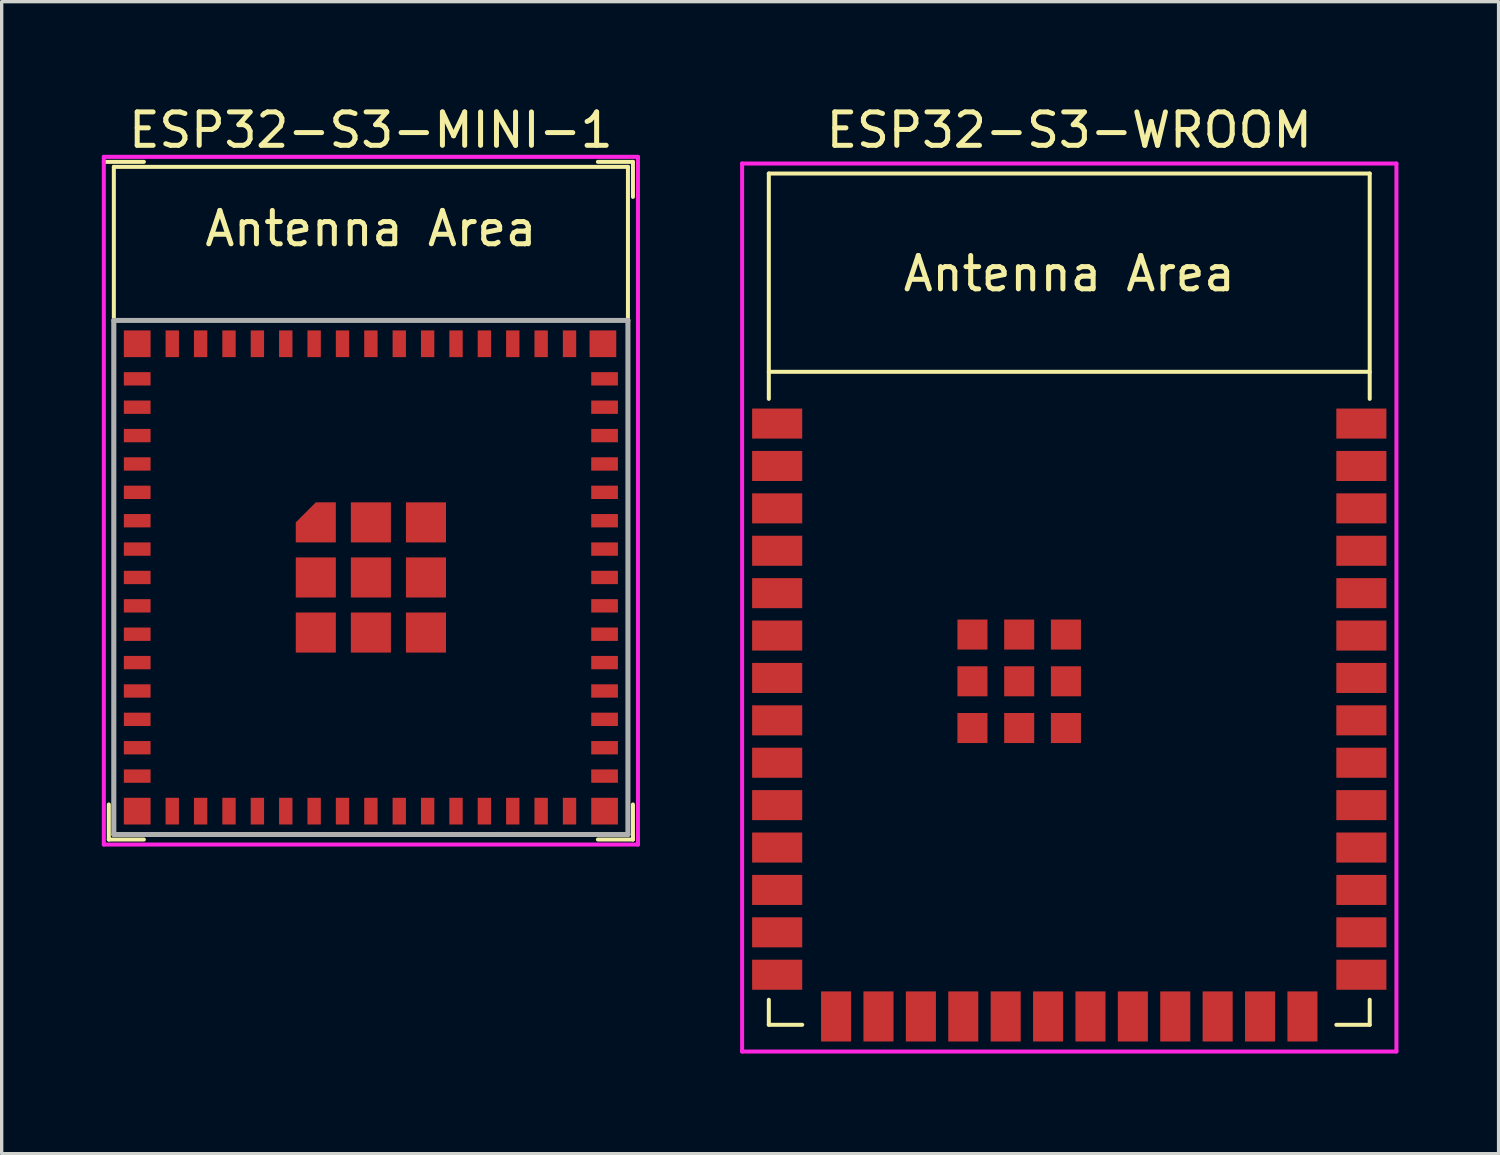
<source format=kicad_pcb>
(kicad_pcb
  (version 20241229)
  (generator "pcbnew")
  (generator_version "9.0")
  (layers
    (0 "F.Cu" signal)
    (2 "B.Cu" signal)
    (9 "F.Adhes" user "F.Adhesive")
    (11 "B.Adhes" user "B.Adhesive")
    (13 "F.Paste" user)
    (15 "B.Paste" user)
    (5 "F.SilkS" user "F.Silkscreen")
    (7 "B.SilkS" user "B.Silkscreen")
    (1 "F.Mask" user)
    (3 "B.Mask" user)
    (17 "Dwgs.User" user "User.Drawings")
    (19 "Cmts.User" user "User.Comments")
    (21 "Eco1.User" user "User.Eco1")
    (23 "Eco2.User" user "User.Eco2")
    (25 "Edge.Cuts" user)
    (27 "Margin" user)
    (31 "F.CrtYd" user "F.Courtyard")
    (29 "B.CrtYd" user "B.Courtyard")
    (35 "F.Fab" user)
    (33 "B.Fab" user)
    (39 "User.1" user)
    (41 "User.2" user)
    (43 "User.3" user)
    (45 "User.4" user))
  (footprint "ESP32-S3-WROOM"
    (layer "F.Cu")
    (at 28.98 17.898)
    (property "Reference" "ESP32-S3-WROOM" (at 0 -17.05 0) (layer "F.SilkS") (effects (font (size 1 1) (thickness 0.15))))
    (attr smd)
    (fp_line (start -9 -15.75) (end -9 -9) (stroke (width 0.12) (type solid)) (layer "F.SilkS"))
    (fp_line (start -9 -15.75) (end 9 -15.75) (stroke (width 0.12) (type solid)) (layer "F.SilkS"))
    (fp_line (start -9 9) (end -9 9.75) (stroke (width 0.12) (type solid)) (layer "F.SilkS"))
    (fp_line (start -9 9.75) (end -8 9.75) (stroke (width 0.12) (type solid)) (layer "F.SilkS"))
    (fp_line (start 9 -15.75) (end 9 -9) (stroke (width 0.12) (type solid)) (layer "F.SilkS"))
    (fp_line (start 9 -9.81) (end -9 -9.81) (stroke (width 0.12) (type solid)) (layer "F.SilkS"))
    (fp_line (start 9 9) (end 9 9.75) (stroke (width 0.12) (type solid)) (layer "F.SilkS"))
    (fp_line (start 9 9.75) (end 8 9.75) (stroke (width 0.12) (type solid)) (layer "F.SilkS"))
    (fp_line (start -9 -15.75) (end 9 -15.75) (stroke (width 0.12) (type solid)) (layer "Eco2.User"))
    (fp_line (start -9 -9.81) (end 9 -9.81) (stroke (width 0.12) (type solid)) (layer "Eco2.User"))
    (fp_line (start -9 9.75) (end -9 -15.75) (stroke (width 0.12) (type solid)) (layer "Eco2.User"))
    (fp_line (start 9 -15.75) (end 9 9.75) (stroke (width 0.12) (type solid)) (layer "Eco2.User"))
    (fp_line (start 9 9.75) (end -9 9.75) (stroke (width 0.12) (type solid)) (layer "Eco2.User"))
    (fp_line (start -9.8 -16.05) (end -9.8 10.55) (stroke (width 0.12) (type solid)) (layer "F.CrtYd"))
    (fp_line (start -9.8 10.55) (end 9.8 10.55) (stroke (width 0.12) (type solid)) (layer "F.CrtYd"))
    (fp_line (start 9.8 -16.05) (end -9.8 -16.05) (stroke (width 0.12) (type solid)) (layer "F.CrtYd"))
    (fp_line (start 9.8 -16.05) (end 9.8 10.55) (stroke (width 0.12) (type solid)) (layer "F.CrtYd"))
    (fp_text user "Antenna Area" (at 0 -12.75 0) (layer "F.SilkS") (effects (font (size 1 1) (thickness 0.15))))
    (fp_text user "Antenna Area" (at 0 -12.75 0) (layer "Eco2.User") (effects (font (size 1 1) (thickness 0.15))))
    (pad "1" smd rect (at -8.75 -8.26) (size 1.5 0.9) (layers "F.Cu" "F.Mask" "F.Paste"))
    (pad "2" smd rect (at -8.75 -6.99) (size 1.5 0.9) (layers "F.Cu" "F.Mask" "F.Paste"))
    (pad "3" smd rect (at -8.75 -5.72) (size 1.5 0.9) (layers "F.Cu" "F.Mask" "F.Paste"))
    (pad "4" smd rect (at -8.75 -4.45) (size 1.5 0.9) (layers "F.Cu" "F.Mask" "F.Paste"))
    (pad "5" smd rect (at -8.75 -3.18) (size 1.5 0.9) (layers "F.Cu" "F.Mask" "F.Paste"))
    (pad "6" smd rect (at -8.75 -1.91) (size 1.5 0.9) (layers "F.Cu" "F.Mask" "F.Paste"))
    (pad "7" smd rect (at -8.75 -0.64) (size 1.5 0.9) (layers "F.Cu" "F.Mask" "F.Paste"))
    (pad "8" smd rect (at -8.75 0.63) (size 1.5 0.9) (layers "F.Cu" "F.Mask" "F.Paste"))
    (pad "9" smd rect (at -8.75 1.9) (size 1.5 0.9) (layers "F.Cu" "F.Mask" "F.Paste"))
    (pad "10" smd rect (at -8.75 3.17) (size 1.5 0.9) (layers "F.Cu" "F.Mask" "F.Paste"))
    (pad "11" smd rect (at -8.75 4.44) (size 1.5 0.9) (layers "F.Cu" "F.Mask" "F.Paste"))
    (pad "12" smd rect (at -8.75 5.71) (size 1.5 0.9) (layers "F.Cu" "F.Mask" "F.Paste"))
    (pad "13" smd rect (at -8.75 6.98) (size 1.5 0.9) (layers "F.Cu" "F.Mask" "F.Paste"))
    (pad "14" smd rect (at -8.75 8.25) (size 1.5 0.9) (layers "F.Cu" "F.Mask" "F.Paste"))
    (pad "15" smd rect (at -6.985 9.5 90) (size 1.5 0.9) (layers "F.Cu" "F.Mask" "F.Paste"))
    (pad "16" smd rect (at -5.715 9.5 90) (size 1.5 0.9) (layers "F.Cu" "F.Mask" "F.Paste"))
    (pad "17" smd rect (at -4.445 9.5 90) (size 1.5 0.9) (layers "F.Cu" "F.Mask" "F.Paste"))
    (pad "18" smd rect (at -3.175 9.5 90) (size 1.5 0.9) (layers "F.Cu" "F.Mask" "F.Paste"))
    (pad "19" smd rect (at -1.905 9.5 90) (size 1.5 0.9) (layers "F.Cu" "F.Mask" "F.Paste"))
    (pad "20" smd rect (at -0.635 9.5 90) (size 1.5 0.9) (layers "F.Cu" "F.Mask" "F.Paste"))
    (pad "21" smd rect (at 0.635 9.5 90) (size 1.5 0.9) (layers "F.Cu" "F.Mask" "F.Paste"))
    (pad "22" smd rect (at 1.905 9.5 90) (size 1.5 0.9) (layers "F.Cu" "F.Mask" "F.Paste"))
    (pad "23" smd rect (at 3.175 9.5 90) (size 1.5 0.9) (layers "F.Cu" "F.Mask" "F.Paste"))
    (pad "24" smd rect (at 4.445 9.5 90) (size 1.5 0.9) (layers "F.Cu" "F.Mask" "F.Paste"))
    (pad "25" smd rect (at 5.715 9.5 90) (size 1.5 0.9) (layers "F.Cu" "F.Mask" "F.Paste"))
    (pad "26" smd rect (at 6.985 9.5 90) (size 1.5 0.9) (layers "F.Cu" "F.Mask" "F.Paste"))
    (pad "27" smd rect (at 8.75 8.25 180) (size 1.5 0.9) (layers "F.Cu" "F.Mask" "F.Paste"))
    (pad "28" smd rect (at 8.75 6.98 180) (size 1.5 0.9) (layers "F.Cu" "F.Mask" "F.Paste"))
    (pad "29" smd rect (at 8.75 5.71 180) (size 1.5 0.9) (layers "F.Cu" "F.Mask" "F.Paste"))
    (pad "30" smd rect (at 8.75 4.44 180) (size 1.5 0.9) (layers "F.Cu" "F.Mask" "F.Paste"))
    (pad "31" smd rect (at 8.75 3.17 180) (size 1.5 0.9) (layers "F.Cu" "F.Mask" "F.Paste"))
    (pad "32" smd rect (at 8.75 1.9 180) (size 1.5 0.9) (layers "F.Cu" "F.Mask" "F.Paste"))
    (pad "33" smd rect (at 8.75 0.63 180) (size 1.5 0.9) (layers "F.Cu" "F.Mask" "F.Paste"))
    (pad "34" smd rect (at 8.75 -0.64 180) (size 1.5 0.9) (layers "F.Cu" "F.Mask" "F.Paste"))
    (pad "35" smd rect (at 8.75 -1.91 180) (size 1.5 0.9) (layers "F.Cu" "F.Mask" "F.Paste"))
    (pad "36" smd rect (at 8.75 -3.18 180) (size 1.5 0.9) (layers "F.Cu" "F.Mask" "F.Paste"))
    (pad "37" smd rect (at 8.75 -4.45 180) (size 1.5 0.9) (layers "F.Cu" "F.Mask" "F.Paste"))
    (pad "38" smd rect (at 8.75 -5.72 180) (size 1.5 0.9) (layers "F.Cu" "F.Mask" "F.Paste"))
    (pad "39" smd rect (at 8.75 -6.99 180) (size 1.5 0.9) (layers "F.Cu" "F.Mask" "F.Paste"))
    (pad "40" smd rect (at 8.75 -8.26 180) (size 1.5 0.9) (layers "F.Cu" "F.Mask" "F.Paste"))
    (pad "41" smd rect (at -2.9 -1.94 180) (size 0.9 0.9) (layers "F.Cu" "F.Mask" "F.Paste"))
    (pad "41" smd rect (at -2.9 -0.54 180) (size 0.9 0.9) (layers "F.Cu" "F.Mask" "F.Paste"))
    (pad "41" smd rect (at -2.9 0.86 180) (size 0.9 0.9) (layers "F.Cu" "F.Mask" "F.Paste"))
    (pad "41" smd rect (at -1.5 -1.94 180) (size 0.9 0.9) (layers "F.Cu" "F.Mask" "F.Paste"))
    (pad "41" smd rect (at -1.5 -0.54 180) (size 0.9 0.9) (layers "F.Cu" "F.Mask" "F.Paste"))
    (pad "41" smd rect (at -1.5 0.86 180) (size 0.9 0.9) (layers "F.Cu" "F.Mask" "F.Paste"))
    (pad "41" smd rect (at -0.1 -1.94 180) (size 0.9 0.9) (layers "F.Cu" "F.Mask" "F.Paste"))
    (pad "41" smd rect (at -0.1 -0.54 180) (size 0.9 0.9) (layers "F.Cu" "F.Mask" "F.Paste"))
    (pad "41" smd rect (at -0.1 0.86 180) (size 0.9 0.9) (layers "F.Cu" "F.Mask" "F.Paste")))
  (footprint "ESP32-S3-MINI-1"
    (layer "F.Cu")
    (at 8.06 14.248)
    (property "Reference" "ESP32-S3-MINI-1" (at 0 -13.4 0) (layer "F.SilkS") (effects (font (size 1 1) (thickness 0.15))))
    (attr smd)
    (fp_line (start -7.85 7.85) (end -7.85 6.8) (stroke (width 0.12) (type solid)) (layer "F.SilkS"))
    (fp_line (start -7.7 -12.3) (end -7.7 -7.7) (stroke (width 0.12) (type solid)) (layer "F.SilkS"))
    (fp_line (start -7.7 -12.3) (end 7.7 -12.3) (stroke (width 0.12) (type solid)) (layer "F.SilkS"))
    (fp_line (start -7.7 7.7) (end -7.7 -7.7) (stroke (width 0.12) (type solid)) (layer "F.SilkS"))
    (fp_line (start -6.8 -12.45) (end -8 -12.45) (stroke (width 0.12) (type solid)) (layer "F.SilkS"))
    (fp_line (start -6.8 7.85) (end -7.85 7.85) (stroke (width 0.12) (type solid)) (layer "F.SilkS"))
    (fp_line (start 6.8 -12.45) (end 7.85 -12.45) (stroke (width 0.12) (type solid)) (layer "F.SilkS"))
    (fp_line (start 6.8 7.85) (end 7.85 7.85) (stroke (width 0.12) (type solid)) (layer "F.SilkS"))
    (fp_line (start 7.7 -12.3) (end 7.7 -7.7) (stroke (width 0.12) (type solid)) (layer "F.SilkS"))
    (fp_line (start 7.7 -7.7) (end 7.7 7.7) (stroke (width 0.12) (type solid)) (layer "F.SilkS"))
    (fp_line (start 7.7 7.7) (end -7.7 7.7) (stroke (width 0.12) (type solid)) (layer "F.SilkS"))
    (fp_line (start 7.85 -12.45) (end 7.85 -11.4) (stroke (width 0.12) (type solid)) (layer "F.SilkS"))
    (fp_line (start 7.85 7.85) (end 7.85 6.8) (stroke (width 0.12) (type solid)) (layer "F.SilkS"))
    (fp_line (start -8 -12.6) (end -8 8) (stroke (width 0.12) (type solid)) (layer "F.CrtYd"))
    (fp_line (start -8 8) (end 8 8) (stroke (width 0.12) (type solid)) (layer "F.CrtYd"))
    (fp_line (start 8 -12.6) (end -8 -12.6) (stroke (width 0.12) (type solid)) (layer "F.CrtYd"))
    (fp_line (start 8 8) (end 8 -12.6) (stroke (width 0.12) (type solid)) (layer "F.CrtYd"))
    (fp_line (start -7.7 -7.7) (end -7.7 7.7) (stroke (width 0.15) (type solid)) (layer "F.Fab"))
    (fp_line (start -7.7 7.7) (end 7.7 7.7) (stroke (width 0.15) (type solid)) (layer "F.Fab"))
    (fp_line (start 7.7 -7.7) (end -7.7 -7.7) (stroke (width 0.15) (type solid)) (layer "F.Fab"))
    (fp_line (start 7.7 7.7) (end 7.7 -7.7) (stroke (width 0.15) (type solid)) (layer "F.Fab"))
    (fp_text user "Antenna Area" (at 0 -10.45 0) (layer "F.SilkS") (effects (font (size 1 1) (thickness 0.15))))
    (pad "1" smd rect (at -7 -5.95 90) (size 0.4 0.8) (layers "F.Cu" "F.Mask" "F.Paste"))
    (pad "2" smd rect (at -7 -5.1 90) (size 0.4 0.8) (layers "F.Cu" "F.Mask" "F.Paste"))
    (pad "3" smd rect (at -7 -4.25 90) (size 0.4 0.8) (layers "F.Cu" "F.Mask" "F.Paste"))
    (pad "4" smd rect (at -7 -3.4 90) (size 0.4 0.8) (layers "F.Cu" "F.Mask" "F.Paste"))
    (pad "5" smd rect (at -7 -2.55 90) (size 0.4 0.8) (layers "F.Cu" "F.Mask" "F.Paste"))
    (pad "6" smd rect (at -7 -1.7 90) (size 0.4 0.8) (layers "F.Cu" "F.Mask" "F.Paste"))
    (pad "7" smd rect (at -7 -0.85 90) (size 0.4 0.8) (layers "F.Cu" "F.Mask" "F.Paste"))
    (pad "8" smd rect (at -7 0 90) (size 0.4 0.8) (layers "F.Cu" "F.Mask" "F.Paste"))
    (pad "9" smd rect (at -7 0.85 90) (size 0.4 0.8) (layers "F.Cu" "F.Mask" "F.Paste"))
    (pad "10" smd rect (at -7 1.7 90) (size 0.4 0.8) (layers "F.Cu" "F.Mask" "F.Paste"))
    (pad "11" smd rect (at -7 2.55 90) (size 0.4 0.8) (layers "F.Cu" "F.Mask" "F.Paste"))
    (pad "12" smd rect (at -7 3.4 90) (size 0.4 0.8) (layers "F.Cu" "F.Mask" "F.Paste"))
    (pad "13" smd rect (at -7 4.25 90) (size 0.4 0.8) (layers "F.Cu" "F.Mask" "F.Paste"))
    (pad "14" smd rect (at -7 5.1 90) (size 0.4 0.8) (layers "F.Cu" "F.Mask" "F.Paste"))
    (pad "15" smd rect (at -7 5.95 90) (size 0.4 0.8) (layers "F.Cu" "F.Mask" "F.Paste"))
    (pad "16" smd rect (at -5.95 7) (size 0.4 0.8) (layers "F.Cu" "F.Mask" "F.Paste"))
    (pad "17" smd rect (at -5.1 7) (size 0.4 0.8) (layers "F.Cu" "F.Mask" "F.Paste"))
    (pad "18" smd rect (at -4.25 7) (size 0.4 0.8) (layers "F.Cu" "F.Mask" "F.Paste"))
    (pad "19" smd rect (at -3.4 7) (size 0.4 0.8) (layers "F.Cu" "F.Mask" "F.Paste"))
    (pad "20" smd rect (at -2.55 7) (size 0.4 0.8) (layers "F.Cu" "F.Mask" "F.Paste"))
    (pad "21" smd rect (at -1.7 7) (size 0.4 0.8) (layers "F.Cu" "F.Mask" "F.Paste"))
    (pad "22" smd rect (at -0.85 7) (size 0.4 0.8) (layers "F.Cu" "F.Mask" "F.Paste"))
    (pad "23" smd rect (at 0 7) (size 0.4 0.8) (layers "F.Cu" "F.Mask" "F.Paste"))
    (pad "24" smd rect (at 0.85 7) (size 0.4 0.8) (layers "F.Cu" "F.Mask" "F.Paste"))
    (pad "25" smd rect (at 1.7 7) (size 0.4 0.8) (layers "F.Cu" "F.Mask" "F.Paste"))
    (pad "26" smd rect (at 2.55 7) (size 0.4 0.8) (layers "F.Cu" "F.Mask" "F.Paste"))
    (pad "27" smd rect (at 3.4 7) (size 0.4 0.8) (layers "F.Cu" "F.Mask" "F.Paste"))
    (pad "28" smd rect (at 4.25 7) (size 0.4 0.8) (layers "F.Cu" "F.Mask" "F.Paste"))
    (pad "29" smd rect (at 5.1 7) (size 0.4 0.8) (layers "F.Cu" "F.Mask" "F.Paste"))
    (pad "30" smd rect (at 5.95 7) (size 0.4 0.8) (layers "F.Cu" "F.Mask" "F.Paste"))
    (pad "31" smd rect (at 7 5.95 90) (size 0.4 0.8) (layers "F.Cu" "F.Mask" "F.Paste"))
    (pad "32" smd rect (at 7 5.1 90) (size 0.4 0.8) (layers "F.Cu" "F.Mask" "F.Paste"))
    (pad "33" smd rect (at 7 4.25 90) (size 0.4 0.8) (layers "F.Cu" "F.Mask" "F.Paste"))
    (pad "34" smd rect (at 7 3.4 90) (size 0.4 0.8) (layers "F.Cu" "F.Mask" "F.Paste"))
    (pad "35" smd rect (at 7 2.55 90) (size 0.4 0.8) (layers "F.Cu" "F.Mask" "F.Paste"))
    (pad "36" smd rect (at 7 1.7 90) (size 0.4 0.8) (layers "F.Cu" "F.Mask" "F.Paste"))
    (pad "37" smd rect (at 7 0.85 90) (size 0.4 0.8) (layers "F.Cu" "F.Mask" "F.Paste"))
    (pad "38" smd rect (at 7 0 90) (size 0.4 0.8) (layers "F.Cu" "F.Mask" "F.Paste"))
    (pad "39" smd rect (at 7 -0.85 90) (size 0.4 0.8) (layers "F.Cu" "F.Mask" "F.Paste"))
    (pad "40" smd rect (at 7 -1.7 90) (size 0.4 0.8) (layers "F.Cu" "F.Mask" "F.Paste"))
    (pad "41" smd rect (at 7 -2.55 90) (size 0.4 0.8) (layers "F.Cu" "F.Mask" "F.Paste"))
    (pad "42" smd rect (at 7 -3.4 90) (size 0.4 0.8) (layers "F.Cu" "F.Mask" "F.Paste"))
    (pad "43" smd rect (at 7 -4.25 90) (size 0.4 0.8) (layers "F.Cu" "F.Mask" "F.Paste"))
    (pad "44" smd rect (at 7 -5.1 90) (size 0.4 0.8) (layers "F.Cu" "F.Mask" "F.Paste"))
    (pad "45" smd rect (at 7 -5.95 90) (size 0.4 0.8) (layers "F.Cu" "F.Mask" "F.Paste"))
    (pad "46" smd rect (at -7 -7 180) (size 0.8 0.8) (layers "F.Cu" "F.Mask" "F.Paste"))
    (pad "46" smd rect (at -7 7 180) (size 0.8 0.8) (layers "F.Cu" "F.Mask" "F.Paste"))
    (pad "46" smd rect (at -5.95 -7) (size 0.4 0.8) (layers "F.Cu" "F.Mask" "F.Paste"))
    (pad "46" smd rect (at -5.1 -7) (size 0.4 0.8) (layers "F.Cu" "F.Mask" "F.Paste"))
    (pad "46" smd rect (at -4.25 -7) (size 0.4 0.8) (layers "F.Cu" "F.Mask" "F.Paste"))
    (pad "46" smd rect (at -3.4 -7) (size 0.4 0.8) (layers "F.Cu" "F.Mask" "F.Paste"))
    (pad "46" smd rect (at -2.55 -7) (size 0.4 0.8) (layers "F.Cu" "F.Mask" "F.Paste"))
    (pad "46" smd rect (at -1.7 -7) (size 0.4 0.8) (layers "F.Cu" "F.Mask" "F.Paste"))
    (pad "46" smd custom (at -1.65 -1.65) (size 0.6 0.6) (layers "F.Cu" "F.Mask" "F.Paste") (options (anchor rect)) (primitives (gr_poly (pts (xy -0.6 0.6) (xy 0.6 0.6) (xy 0.6 -0.6) (xy 0 -0.6) (xy -0.6 0)) (width 0) (fill yes))))
    (pad "46" smd rect (at -1.65 0) (size 1.2 1.2) (layers "F.Cu" "F.Mask" "F.Paste"))
    (pad "46" smd rect (at -1.65 1.65) (size 1.2 1.2) (layers "F.Cu" "F.Mask" "F.Paste"))
    (pad "46" smd rect (at -0.85 -7) (size 0.4 0.8) (layers "F.Cu" "F.Mask" "F.Paste"))
    (pad "46" smd rect (at 0 -7) (size 0.4 0.8) (layers "F.Cu" "F.Mask" "F.Paste"))
    (pad "46" smd rect (at 0 -1.65) (size 1.2 1.2) (layers "F.Cu" "F.Mask" "F.Paste"))
    (pad "46" smd rect (at 0 0) (size 1.2 1.2) (layers "F.Cu" "F.Mask" "F.Paste"))
    (pad "46" smd rect (at 0 1.65) (size 1.2 1.2) (layers "F.Cu" "F.Mask" "F.Paste"))
    (pad "46" smd rect (at 0.85 -7) (size 0.4 0.8) (layers "F.Cu" "F.Mask" "F.Paste"))
    (pad "46" smd rect (at 1.65 -1.65) (size 1.2 1.2) (layers "F.Cu" "F.Mask" "F.Paste"))
    (pad "46" smd rect (at 1.65 0) (size 1.2 1.2) (layers "F.Cu" "F.Mask" "F.Paste"))
    (pad "46" smd rect (at 1.65 1.65) (size 1.2 1.2) (layers "F.Cu" "F.Mask" "F.Paste"))
    (pad "46" smd rect (at 1.7 -7) (size 0.4 0.8) (layers "F.Cu" "F.Mask" "F.Paste"))
    (pad "46" smd rect (at 2.55 -7) (size 0.4 0.8) (layers "F.Cu" "F.Mask" "F.Paste"))
    (pad "46" smd rect (at 3.4 -7) (size 0.4 0.8) (layers "F.Cu" "F.Mask" "F.Paste"))
    (pad "46" smd rect (at 4.25 -7) (size 0.4 0.8) (layers "F.Cu" "F.Mask" "F.Paste"))
    (pad "46" smd rect (at 5.1 -7) (size 0.4 0.8) (layers "F.Cu" "F.Mask" "F.Paste"))
    (pad "46" smd rect (at 5.95 -7) (size 0.4 0.8) (layers "F.Cu" "F.Mask" "F.Paste"))
    (pad "46" smd rect (at 6.95 -7 180) (size 0.8 0.8) (layers "F.Cu" "F.Mask" "F.Paste"))
    (pad "46" smd rect (at 7 7 180) (size 0.8 0.8) (layers "F.Cu" "F.Mask" "F.Paste")))
  (gr_rect
    (start -3 -3)
    (end 41.84 31.508)
    (stroke (width 0.1) (type default))
    (fill no)
    (layer "Edge.Cuts")))
</source>
